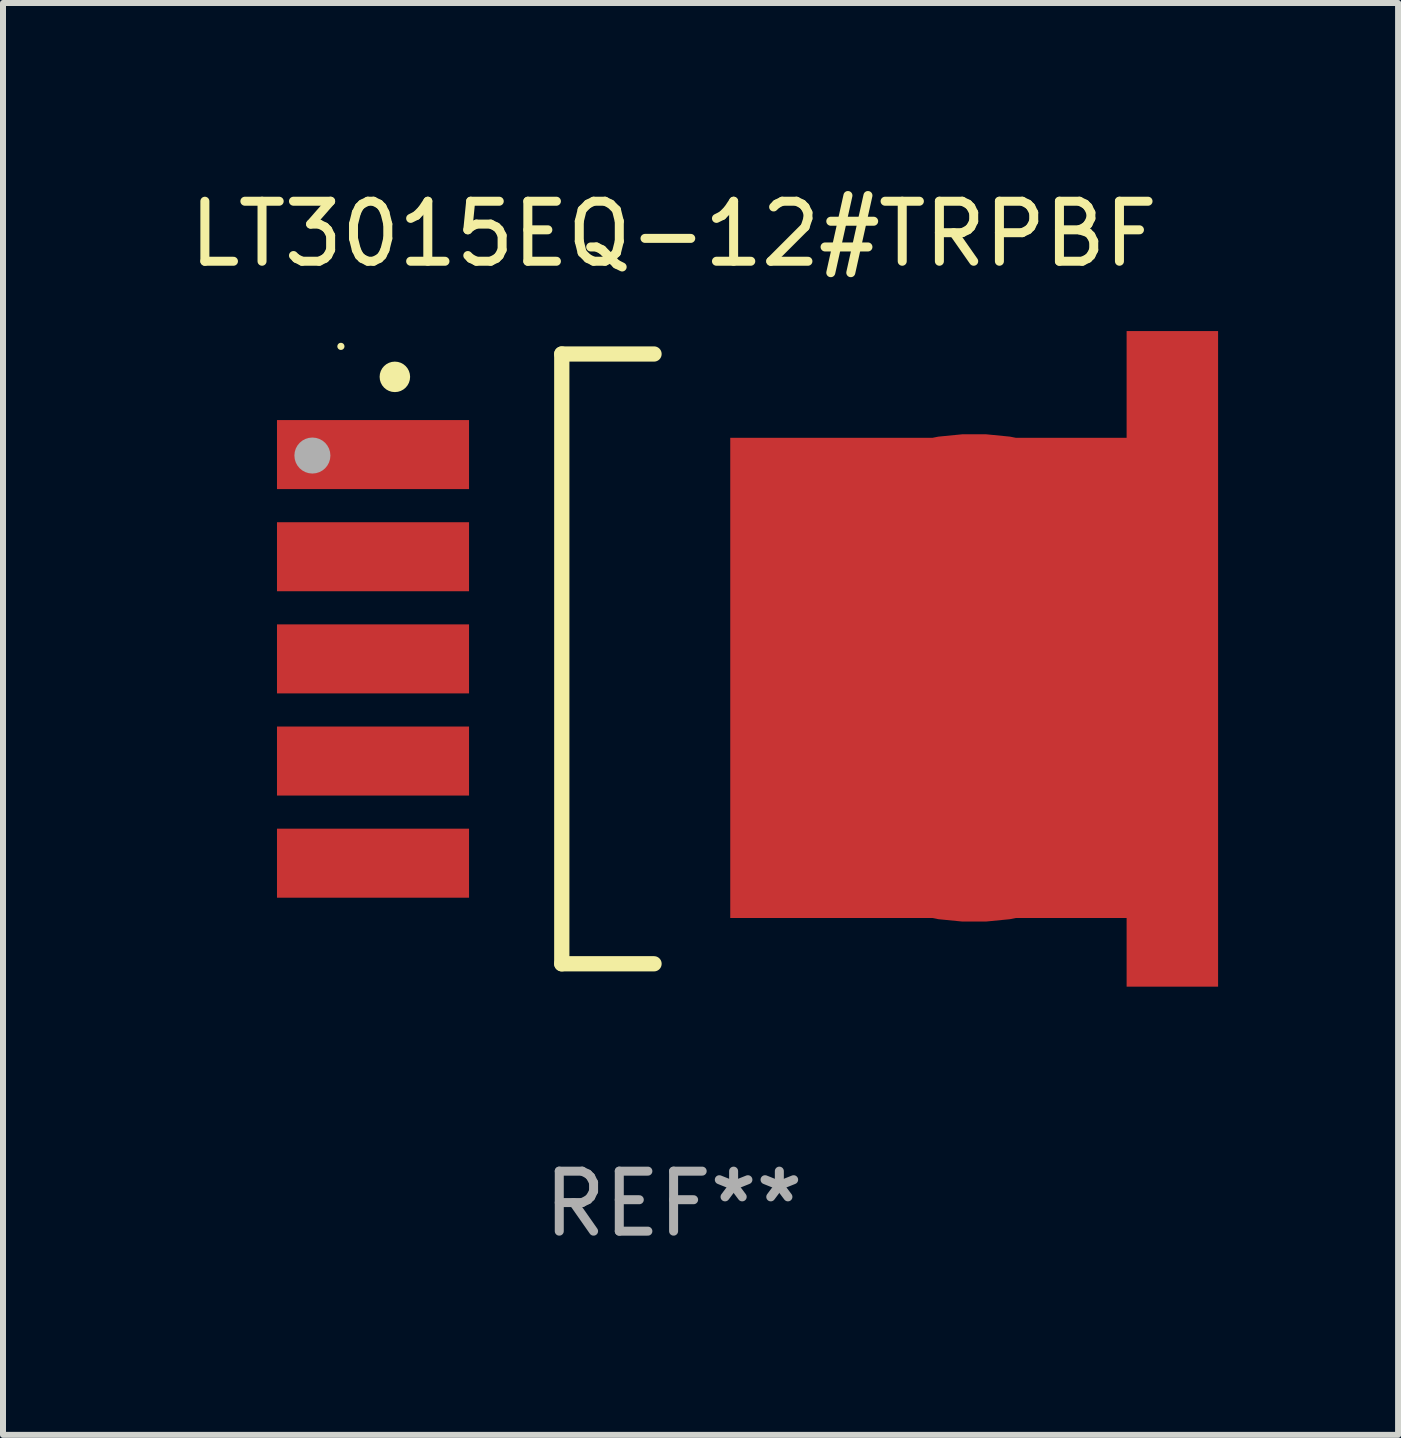
<source format=kicad_pcb>
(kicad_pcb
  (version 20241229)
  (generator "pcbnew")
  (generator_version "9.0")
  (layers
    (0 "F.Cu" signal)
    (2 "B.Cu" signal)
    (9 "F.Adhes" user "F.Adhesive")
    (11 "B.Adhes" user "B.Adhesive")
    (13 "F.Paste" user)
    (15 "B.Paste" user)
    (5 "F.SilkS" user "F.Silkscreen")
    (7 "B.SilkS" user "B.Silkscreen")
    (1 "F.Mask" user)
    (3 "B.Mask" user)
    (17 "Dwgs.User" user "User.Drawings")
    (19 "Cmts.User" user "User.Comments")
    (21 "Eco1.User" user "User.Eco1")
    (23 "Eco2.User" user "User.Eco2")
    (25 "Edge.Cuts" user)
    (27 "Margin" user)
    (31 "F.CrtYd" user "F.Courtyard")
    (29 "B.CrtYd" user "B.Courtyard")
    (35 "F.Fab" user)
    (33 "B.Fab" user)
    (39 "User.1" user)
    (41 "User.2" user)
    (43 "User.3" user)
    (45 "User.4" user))
  (footprint "LT3015EQ-12#TRPBF"
    (layer "F.Cu")
    (at 8.173 7.928)
    (property "Reference" "LT3015EQ-12#TRPBF" (at 0 -7.08 0) (layer "F.SilkS") (effects (font (size 1 1) (thickness 0.15))))
    (attr through_hole)
    (fp_line (start -1.863 -5.08) (end -0.326 -5.08) (stroke (width 0.254) (type solid)) (layer "F.SilkS"))
    (fp_line (start -1.863 5.08) (end -1.863 -5.08) (stroke (width 0.254) (type solid)) (layer "F.SilkS"))
    (fp_line (start -0.326 5.08) (end -1.863 5.08) (stroke (width 0.254) (type solid)) (layer "F.SilkS"))
    (fp_circle (center -5.543 -5.207) (end -5.513 -5.207) (stroke (width 0.06) (type solid)) (fill no) (layer "F.SilkS"))
    (fp_circle (center -4.644 -4.699) (end -4.517 -4.699) (stroke (width 0.254) (type solid)) (fill no) (layer "F.SilkS"))
    (fp_circle (center -6.018 -3.388) (end -5.868 -3.388) (stroke (width 0.3) (type solid)) (fill no) (layer "F.Fab"))
    (fp_text user "REF**" (at 0 9.08 0) (layer "F.Fab") (effects (font (size 1 1) (thickness 0.15))))
    (pad "1" smd rect (at -5.008 -3.404) (size 3.2 1.15) (layers "F.Cu" "F.Mask" "F.Paste"))
    (pad "2" smd rect (at -5.008 -1.702) (size 3.2 1.15) (layers "F.Cu" "F.Mask" "F.Paste"))
    (pad "3" smd rect (at -5.008 -0.000025) (size 3.2 1.15) (layers "F.Cu" "F.Mask" "F.Paste"))
    (pad "4" smd rect (at -5.008 1.702) (size 3.2 1.15) (layers "F.Cu" "F.Mask" "F.Paste"))
    (pad "5" smd rect (at -5.008 3.404) (size 3.2 1.15) (layers "F.Cu" "F.Mask" "F.Paste"))
    (pad "6" smd custom (at 5.008 0.317) (size 8.128 10.922) (layers "F.Cu" "F.Mask" "F.Paste") (options (anchor circle)) (primitives (gr_poly (pts (xy -4.064 -4.001) (xy 2.54 -4.001) (xy 2.54 -5.779) (xy 4.064 -5.779) (xy 4.064 5.144) (xy 2.54 5.144) (xy 2.54 4) (xy -4.064 4)) (width 0) (fill yes)))))
  (gr_rect
    (start -3 -3)
    (end 20.244 20.857)
    (stroke (width 0.1) (type default))
    (fill no)
    (layer "Edge.Cuts")))
</source>
